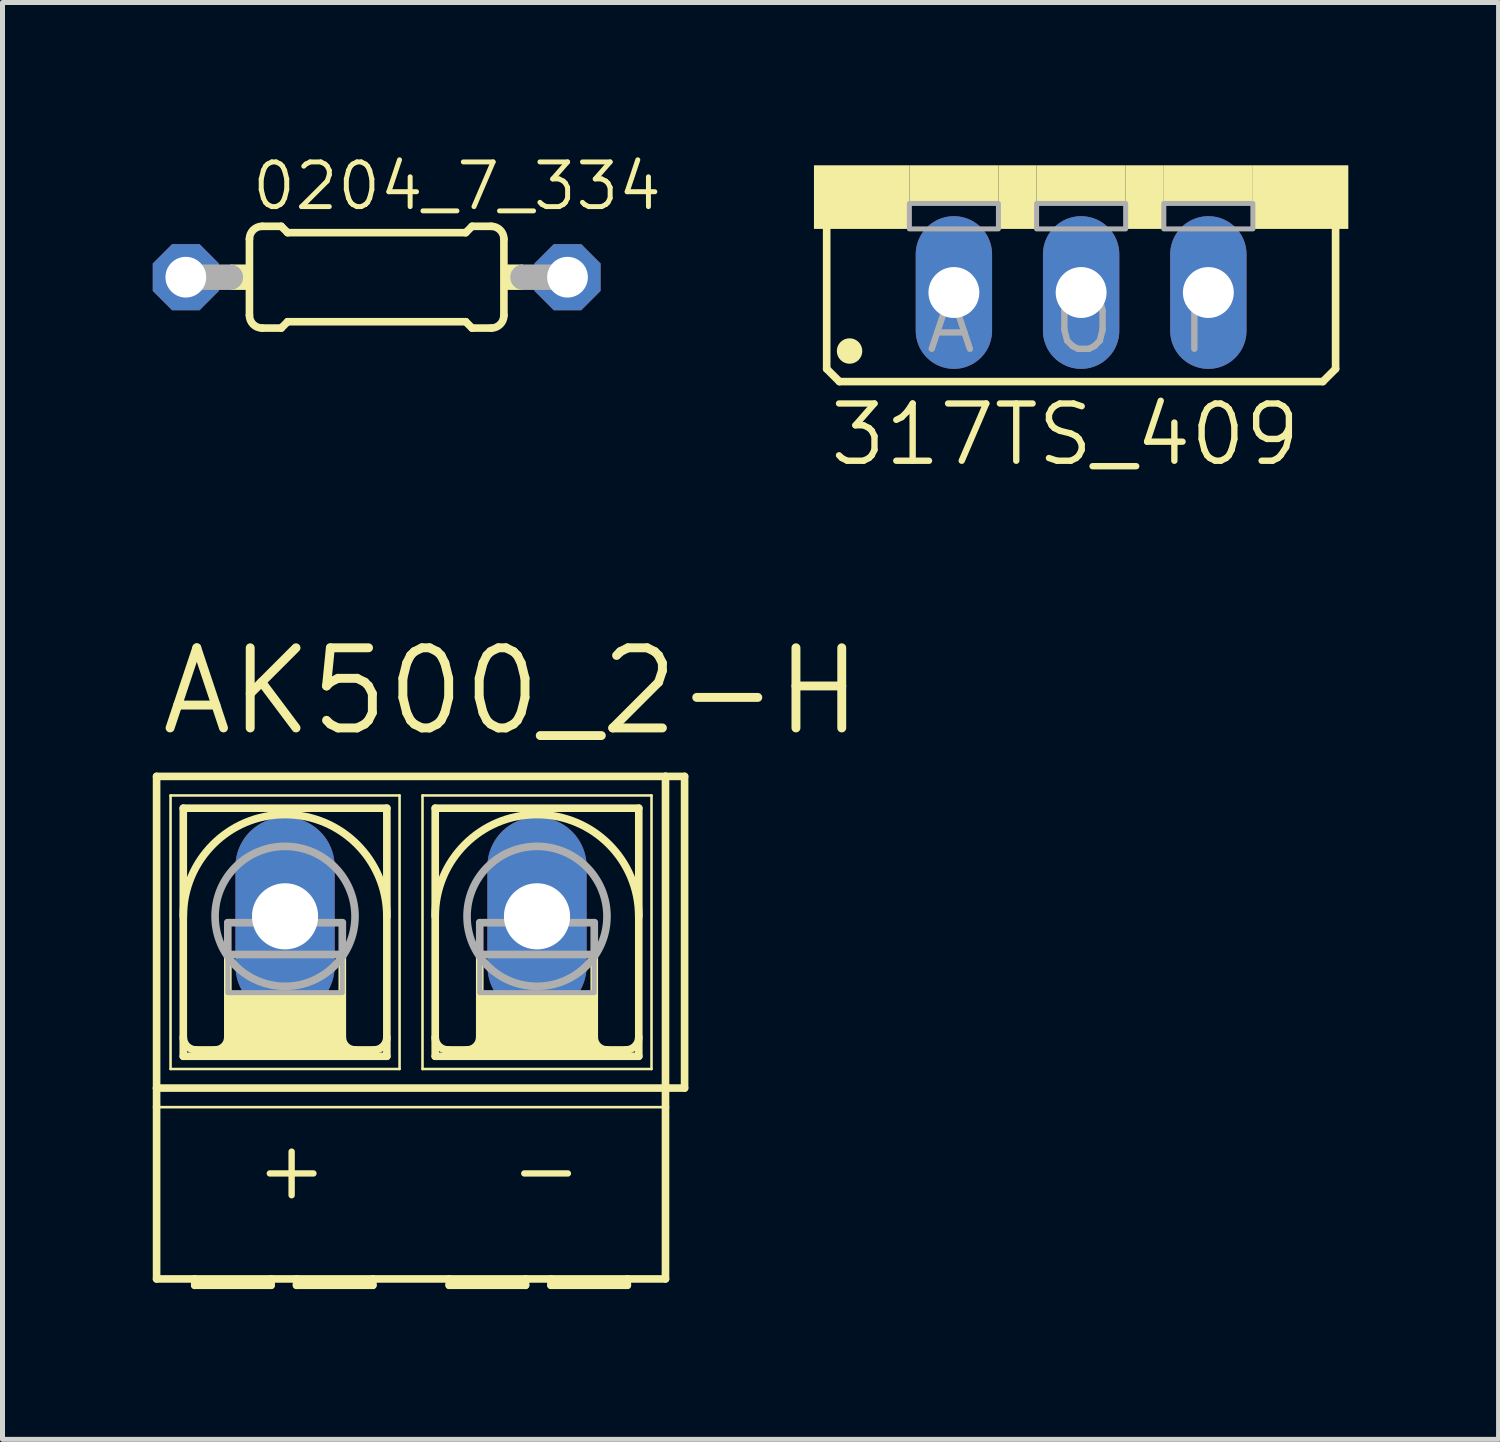
<source format=kicad_pcb>
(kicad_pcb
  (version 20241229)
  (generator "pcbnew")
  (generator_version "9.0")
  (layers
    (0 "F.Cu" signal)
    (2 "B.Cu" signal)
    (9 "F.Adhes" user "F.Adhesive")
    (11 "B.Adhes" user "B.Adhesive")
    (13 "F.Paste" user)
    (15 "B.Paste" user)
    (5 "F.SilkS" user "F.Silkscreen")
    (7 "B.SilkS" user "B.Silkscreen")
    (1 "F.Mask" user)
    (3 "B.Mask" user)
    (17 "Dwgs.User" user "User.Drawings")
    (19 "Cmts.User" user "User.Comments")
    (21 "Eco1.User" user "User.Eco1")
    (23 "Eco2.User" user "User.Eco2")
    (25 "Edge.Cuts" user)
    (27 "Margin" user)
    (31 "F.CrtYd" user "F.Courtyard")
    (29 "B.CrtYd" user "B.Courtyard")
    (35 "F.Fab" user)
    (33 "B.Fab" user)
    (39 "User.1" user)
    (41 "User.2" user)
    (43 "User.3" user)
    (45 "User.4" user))
  (footprint "0204_7_334"
    (layer "F.Cu")
    (at 4.47 2.484)
    (property "Reference" "0204_7_334" (at -2.54 -1.295 0) (unlocked yes) (layer "F.SilkS") (effects (font (size 0.892 0.892) (thickness 0.099)) (justify left bottom)))
    (fp_line (start -2.54 0.762) (end -2.54 -0.762) (stroke (width 0.152) (type solid)) (layer "F.SilkS"))
    (fp_line (start -2.286 -1.016) (end -1.905 -1.016) (stroke (width 0.152) (type solid)) (layer "F.SilkS"))
    (fp_line (start -2.286 1.016) (end -1.905 1.016) (stroke (width 0.152) (type solid)) (layer "F.SilkS"))
    (fp_line (start -1.778 -0.889) (end -1.905 -1.016) (stroke (width 0.152) (type solid)) (layer "F.SilkS"))
    (fp_line (start -1.778 0.889) (end -1.905 1.016) (stroke (width 0.152) (type solid)) (layer "F.SilkS"))
    (fp_line (start 1.778 -0.889) (end -1.778 -0.889) (stroke (width 0.152) (type solid)) (layer "F.SilkS"))
    (fp_line (start 1.778 -0.889) (end 1.905 -1.016) (stroke (width 0.152) (type solid)) (layer "F.SilkS"))
    (fp_line (start 1.778 0.889) (end -1.778 0.889) (stroke (width 0.152) (type solid)) (layer "F.SilkS"))
    (fp_line (start 1.778 0.889) (end 1.905 1.016) (stroke (width 0.152) (type solid)) (layer "F.SilkS"))
    (fp_line (start 2.286 -1.016) (end 1.905 -1.016) (stroke (width 0.152) (type solid)) (layer "F.SilkS"))
    (fp_line (start 2.286 1.016) (end 1.905 1.016) (stroke (width 0.152) (type solid)) (layer "F.SilkS"))
    (fp_line (start 2.54 0.762) (end 2.54 -0.762) (stroke (width 0.152) (type solid)) (layer "F.SilkS"))
    (fp_arc (start -2.54 -0.762) (mid -2.465605 -0.941605) (end -2.286 -1.016) (stroke (width 0.1524) (type solid)) (layer "F.SilkS"))
    (fp_arc (start -2.286 1.016) (mid -2.465605 0.941605) (end -2.54 0.762) (stroke (width 0.1524) (type solid)) (layer "F.SilkS"))
    (fp_arc (start 2.286 -1.016) (mid 2.465605 -0.941605) (end 2.54 -0.762) (stroke (width 0.1524) (type solid)) (layer "F.SilkS"))
    (fp_arc (start 2.54 0.762) (mid 2.465605 0.941605) (end 2.286 1.016) (stroke (width 0.1524) (type solid)) (layer "F.SilkS"))
    (fp_poly (pts (xy -2.921 0.254) (xy -2.54 0.254) (xy -2.54 -0.254) (xy -2.921 -0.254)) (stroke (width 0) (type default)) (fill yes) (layer "F.SilkS"))
    (fp_poly (pts (xy 2.54 0.254) (xy 2.921 0.254) (xy 2.921 -0.254) (xy 2.54 -0.254)) (stroke (width 0) (type default)) (fill yes) (layer "F.SilkS"))
    (fp_line (start -3.81 0) (end -2.921 0) (stroke (width 0.508) (type solid)) (layer "F.Fab"))
    (fp_line (start 3.81 0) (end 2.921 0) (stroke (width 0.508) (type solid)) (layer "F.Fab"))
    (pad "1" thru_hole roundrect (at -3.81 0) (size 1.321 1.321) (drill 0.813) (layers "*.Cu" "*.Mask") (roundrect_rratio 0.25) (chamfer_ratio 0.293) (chamfer top_left top_right bottom_left bottom_right))
    (pad "2" thru_hole roundrect (at 3.81 0) (size 1.321 1.321) (drill 0.813) (layers "*.Cu" "*.Mask") (roundrect_rratio 0.25) (chamfer_ratio 0.293) (chamfer top_left top_right bottom_left bottom_right)))
  (footprint "317TS_409"
    (layer "F.Cu")
    (at 18.534 0.25)
    (property "Reference" "317TS_409" (at -5.08 6.045 0) (unlocked yes) (layer "F.SilkS") (effects (font (size 1.143 1.143) (thickness 0.127)) (justify left bottom)))
    (fp_line (start -5.08 4.064) (end -5.08 1.143) (stroke (width 0.152) (type solid)) (layer "F.SilkS"))
    (fp_line (start -5.08 4.064) (end -4.826 4.318) (stroke (width 0.152) (type solid)) (layer "F.SilkS"))
    (fp_line (start 4.826 4.318) (end -4.826 4.318) (stroke (width 0.152) (type solid)) (layer "F.SilkS"))
    (fp_line (start 4.826 4.318) (end 5.08 4.064) (stroke (width 0.152) (type solid)) (layer "F.SilkS"))
    (fp_line (start 5.08 1.143) (end 5.08 4.064) (stroke (width 0.152) (type solid)) (layer "F.SilkS"))
    (fp_circle (center -4.623 3.708) (end -4.496 3.708) (stroke (width 0.254) (type solid)) (fill yes) (layer "F.SilkS"))
    (fp_poly (pts (xy -5.334 1.27) (xy -3.429 1.27) (xy -3.429 0) (xy -5.334 0)) (stroke (width 0) (type default)) (fill yes) (layer "F.SilkS"))
    (fp_poly (pts (xy -3.429 0.762) (xy -1.651 0.762) (xy -1.651 0) (xy -3.429 0)) (stroke (width 0) (type default)) (fill yes) (layer "F.SilkS"))
    (fp_poly (pts (xy -1.651 1.27) (xy -0.889 1.27) (xy -0.889 0) (xy -1.651 0)) (stroke (width 0) (type default)) (fill yes) (layer "F.SilkS"))
    (fp_poly (pts (xy -0.889 0.762) (xy 0.889 0.762) (xy 0.889 0) (xy -0.889 0)) (stroke (width 0) (type default)) (fill yes) (layer "F.SilkS"))
    (fp_poly (pts (xy 0.889 1.27) (xy 1.651 1.27) (xy 1.651 0) (xy 0.889 0)) (stroke (width 0) (type default)) (fill yes) (layer "F.SilkS"))
    (fp_poly (pts (xy 1.651 0.762) (xy 3.429 0.762) (xy 3.429 0) (xy 1.651 0)) (stroke (width 0) (type default)) (fill yes) (layer "F.SilkS"))
    (fp_poly (pts (xy 3.429 1.27) (xy 5.334 1.27) (xy 5.334 0) (xy 3.429 0)) (stroke (width 0) (type default)) (fill yes) (layer "F.SilkS"))
    (fp_poly (pts (xy -3.429 1.27) (xy -1.651 1.27) (xy -1.651 0.762) (xy -3.429 0.762)) (stroke (width 0.1) (type default)) (fill no) (layer "F.Fab"))
    (fp_poly (pts (xy -0.889 1.27) (xy 0.889 1.27) (xy 0.889 0.762) (xy -0.889 0.762)) (stroke (width 0.1) (type default)) (fill no) (layer "F.Fab"))
    (fp_poly (pts (xy 1.651 1.27) (xy 3.429 1.27) (xy 3.429 0.762) (xy 1.651 0.762)) (stroke (width 0.1) (type default)) (fill no) (layer "F.Fab"))
    (fp_text user "A" (at -3.175 3.81 0) (unlocked yes) (layer "F.Fab") (effects (font (size 1.143 1.143) (thickness 0.127)) (justify left bottom)))
    (fp_text user "O" (at -0.635 3.81 0) (unlocked yes) (layer "F.Fab") (effects (font (size 1.143 1.143) (thickness 0.127)) (justify left bottom)))
    (fp_text user "I" (at 1.905 3.81 0) (unlocked yes) (layer "F.Fab") (effects (font (size 1.143 1.143) (thickness 0.127)) (justify left bottom)))
    (pad "1" thru_hole oval (at -2.54 2.54 90) (size 3.048 1.524) (drill 1.016) (layers "*.Cu" "*.Mask"))
    (pad "2" thru_hole oval (at 0 2.54 90) (size 3.048 1.524) (drill 1.016) (layers "*.Cu" "*.Mask"))
    (pad "3" thru_hole oval (at 2.54 2.54 90) (size 3.048 1.524) (drill 1.016) (layers "*.Cu" "*.Mask")))
  (footprint "AK500_2-H"
    (layer "F.Cu")
    (at 5.156 15.244)
    (property "Reference" "AK500_2-H" (at -5.08 -3.556 0) (unlocked yes) (layer "F.SilkS") (effects (font (size 1.6 1.6) (thickness 0.178)) (justify left bottom)))
    (fp_line (start -5.08 3.429) (end -5.08 -2.794) (stroke (width 0.152) (type solid)) (layer "F.SilkS"))
    (fp_line (start -5.08 3.429) (end 5.08 3.429) (stroke (width 0.152) (type solid)) (layer "F.SilkS"))
    (fp_line (start -5.08 3.81) (end -5.08 3.429) (stroke (width 0.152) (type solid)) (layer "F.SilkS"))
    (fp_line (start -5.08 7.239) (end -5.08 3.81) (stroke (width 0.152) (type solid)) (layer "F.SilkS"))
    (fp_line (start -5.08 7.239) (end -4.318 7.239) (stroke (width 0.152) (type solid)) (layer "F.SilkS"))
    (fp_line (start -4.801 -2.413) (end -4.801 3.048) (stroke (width 0.051) (type solid)) (layer "F.SilkS"))
    (fp_line (start -4.801 -2.413) (end -0.229 -2.413) (stroke (width 0.051) (type solid)) (layer "F.SilkS"))
    (fp_line (start -4.547 2.794) (end -4.547 -2.159) (stroke (width 0.152) (type solid)) (layer "F.SilkS"))
    (fp_line (start -4.547 2.794) (end -0.483 2.794) (stroke (width 0.152) (type solid)) (layer "F.SilkS"))
    (fp_line (start -4.318 7.239) (end -2.794 7.239) (stroke (width 0.152) (type solid)) (layer "F.SilkS"))
    (fp_line (start -4.318 7.366) (end -4.318 7.239) (stroke (width 0.152) (type solid)) (layer "F.SilkS"))
    (fp_line (start -4.318 7.366) (end -2.794 7.366) (stroke (width 0.152) (type solid)) (layer "F.SilkS"))
    (fp_line (start -3.658 0.762) (end -3.658 2.413) (stroke (width 0.152) (type solid)) (layer "F.SilkS"))
    (fp_line (start -2.794 7.239) (end -2.794 7.366) (stroke (width 0.152) (type solid)) (layer "F.SilkS"))
    (fp_line (start -2.794 7.239) (end -2.286 7.239) (stroke (width 0.152) (type solid)) (layer "F.SilkS"))
    (fp_line (start -2.286 7.239) (end -0.762 7.239) (stroke (width 0.152) (type solid)) (layer "F.SilkS"))
    (fp_line (start -2.286 7.366) (end -2.286 7.239) (stroke (width 0.152) (type solid)) (layer "F.SilkS"))
    (fp_line (start -2.286 7.366) (end -0.762 7.366) (stroke (width 0.152) (type solid)) (layer "F.SilkS"))
    (fp_line (start -1.372 0.762) (end -1.372 2.413) (stroke (width 0.152) (type solid)) (layer "F.SilkS"))
    (fp_line (start -0.762 7.239) (end 0.762 7.239) (stroke (width 0.152) (type solid)) (layer "F.SilkS"))
    (fp_line (start -0.762 7.366) (end -0.762 7.239) (stroke (width 0.152) (type solid)) (layer "F.SilkS"))
    (fp_line (start -0.737 2.667) (end -4.293 2.667) (stroke (width 0.152) (type solid)) (layer "F.SilkS"))
    (fp_line (start -0.483 -2.159) (end -4.547 -2.159) (stroke (width 0.152) (type solid)) (layer "F.SilkS"))
    (fp_line (start -0.483 -2.159) (end -0.483 2.794) (stroke (width 0.152) (type solid)) (layer "F.SilkS"))
    (fp_line (start -0.229 -2.413) (end -0.229 3.048) (stroke (width 0.051) (type solid)) (layer "F.SilkS"))
    (fp_line (start -0.229 3.048) (end -4.801 3.048) (stroke (width 0.051) (type solid)) (layer "F.SilkS"))
    (fp_line (start 0.229 -2.413) (end 0.229 3.048) (stroke (width 0.051) (type solid)) (layer "F.SilkS"))
    (fp_line (start 0.229 -2.413) (end 4.801 -2.413) (stroke (width 0.051) (type solid)) (layer "F.SilkS"))
    (fp_line (start 0.483 -2.159) (end 0.483 2.794) (stroke (width 0.152) (type solid)) (layer "F.SilkS"))
    (fp_line (start 0.483 2.794) (end 4.547 2.794) (stroke (width 0.152) (type solid)) (layer "F.SilkS"))
    (fp_line (start 0.762 7.239) (end 2.286 7.239) (stroke (width 0.152) (type solid)) (layer "F.SilkS"))
    (fp_line (start 0.762 7.366) (end 0.762 7.239) (stroke (width 0.152) (type solid)) (layer "F.SilkS"))
    (fp_line (start 0.762 7.366) (end 2.286 7.366) (stroke (width 0.152) (type solid)) (layer "F.SilkS"))
    (fp_line (start 1.372 0.762) (end 1.372 2.413) (stroke (width 0.152) (type solid)) (layer "F.SilkS"))
    (fp_line (start 2.286 7.239) (end 2.286 7.366) (stroke (width 0.152) (type solid)) (layer "F.SilkS"))
    (fp_line (start 2.286 7.239) (end 2.794 7.239) (stroke (width 0.152) (type solid)) (layer "F.SilkS"))
    (fp_line (start 2.794 7.239) (end 4.318 7.239) (stroke (width 0.152) (type solid)) (layer "F.SilkS"))
    (fp_line (start 2.794 7.366) (end 2.794 7.239) (stroke (width 0.152) (type solid)) (layer "F.SilkS"))
    (fp_line (start 2.794 7.366) (end 4.318 7.366) (stroke (width 0.152) (type solid)) (layer "F.SilkS"))
    (fp_line (start 3.658 0.762) (end 3.658 2.413) (stroke (width 0.152) (type solid)) (layer "F.SilkS"))
    (fp_line (start 4.293 2.667) (end 0.737 2.667) (stroke (width 0.152) (type solid)) (layer "F.SilkS"))
    (fp_line (start 4.318 7.239) (end 5.08 7.239) (stroke (width 0.152) (type solid)) (layer "F.SilkS"))
    (fp_line (start 4.318 7.366) (end 4.318 7.239) (stroke (width 0.152) (type solid)) (layer "F.SilkS"))
    (fp_line (start 4.547 -2.159) (end 0.483 -2.159) (stroke (width 0.152) (type solid)) (layer "F.SilkS"))
    (fp_line (start 4.547 2.794) (end 4.547 -2.159) (stroke (width 0.152) (type solid)) (layer "F.SilkS"))
    (fp_line (start 4.801 3.048) (end 0.229 3.048) (stroke (width 0.051) (type solid)) (layer "F.SilkS"))
    (fp_line (start 4.801 3.048) (end 4.801 -2.413) (stroke (width 0.051) (type solid)) (layer "F.SilkS"))
    (fp_line (start 5.08 -2.794) (end -5.08 -2.794) (stroke (width 0.152) (type solid)) (layer "F.SilkS"))
    (fp_line (start 5.08 -2.794) (end 5.08 3.429) (stroke (width 0.152) (type solid)) (layer "F.SilkS"))
    (fp_line (start 5.08 3.429) (end 5.08 3.81) (stroke (width 0.152) (type solid)) (layer "F.SilkS"))
    (fp_line (start 5.08 3.81) (end -5.08 3.81) (stroke (width 0.051) (type solid)) (layer "F.SilkS"))
    (fp_line (start 5.08 3.81) (end 5.08 7.239) (stroke (width 0.152) (type solid)) (layer "F.SilkS"))
    (fp_line (start 5.461 -2.794) (end 5.08 -2.794) (stroke (width 0.152) (type solid)) (layer "F.SilkS"))
    (fp_line (start 5.461 -2.794) (end 5.461 3.429) (stroke (width 0.152) (type solid)) (layer "F.SilkS"))
    (fp_line (start 5.461 3.429) (end 5.08 3.429) (stroke (width 0.152) (type solid)) (layer "F.SilkS"))
    (fp_arc (start -4.5466 0) (mid -2.5146 -2.032) (end -0.4826 0) (stroke (width 0.1524) (type solid)) (layer "F.SilkS"))
    (fp_arc (start -4.2926 2.667) (mid -4.472205 2.592605) (end -4.5466 2.413) (stroke (width 0.1524) (type solid)) (layer "F.SilkS"))
    (fp_arc (start -3.6576 2.413) (mid -3.731995 2.592605) (end -3.9116 2.667) (stroke (width 0.1524) (type solid)) (layer "F.SilkS"))
    (fp_arc (start -1.1176 2.667) (mid -1.297205 2.592605) (end -1.3716 2.413) (stroke (width 0.1524) (type solid)) (layer "F.SilkS"))
    (fp_arc (start -0.4826 2.413) (mid -0.556995 2.592605) (end -0.7366 2.667) (stroke (width 0.1524) (type solid)) (layer "F.SilkS"))
    (fp_arc (start 0.4826 0) (mid 2.5146 -2.032) (end 4.5466 0) (stroke (width 0.1524) (type solid)) (layer "F.SilkS"))
    (fp_arc (start 0.7366 2.667) (mid 0.556995 2.592605) (end 0.4826 2.413) (stroke (width 0.1524) (type solid)) (layer "F.SilkS"))
    (fp_arc (start 1.3716 2.413) (mid 1.297205 2.592605) (end 1.1176 2.667) (stroke (width 0.1524) (type solid)) (layer "F.SilkS"))
    (fp_arc (start 3.9116 2.667) (mid 3.731995 2.592605) (end 3.6576 2.413) (stroke (width 0.1524) (type solid)) (layer "F.SilkS"))
    (fp_arc (start 4.5466 2.413) (mid 4.472205 2.592605) (end 4.2926 2.667) (stroke (width 0.1524) (type solid)) (layer "F.SilkS"))
    (fp_poly (pts (xy -3.658 2.667) (xy -1.372 2.667) (xy -1.372 1.524) (xy -3.658 1.524)) (stroke (width 0) (type default)) (fill yes) (layer "F.SilkS"))
    (fp_poly (pts (xy 1.372 2.667) (xy 3.658 2.667) (xy 3.658 1.524) (xy 1.372 1.524)) (stroke (width 0) (type default)) (fill yes) (layer "F.SilkS"))
    (fp_line (start -3.658 0.127) (end -3.658 0.762) (stroke (width 0.152) (type solid)) (layer "F.Fab"))
    (fp_line (start -3.658 0.127) (end -1.372 0.127) (stroke (width 0.152) (type solid)) (layer "F.Fab"))
    (fp_line (start -3.658 0.762) (end -1.372 0.762) (stroke (width 0.152) (type solid)) (layer "F.Fab"))
    (fp_line (start -1.372 0.127) (end -1.372 0.762) (stroke (width 0.152) (type solid)) (layer "F.Fab"))
    (fp_line (start 1.372 0.127) (end 1.372 0.762) (stroke (width 0.152) (type solid)) (layer "F.Fab"))
    (fp_line (start 1.372 0.127) (end 3.658 0.127) (stroke (width 0.152) (type solid)) (layer "F.Fab"))
    (fp_line (start 1.372 0.762) (end 3.658 0.762) (stroke (width 0.152) (type solid)) (layer "F.Fab"))
    (fp_line (start 3.658 0.127) (end 3.658 0.762) (stroke (width 0.152) (type solid)) (layer "F.Fab"))
    (fp_circle (center -2.515 0) (end -1.118 0) (stroke (width 0.152) (type solid)) (fill no) (layer "F.Fab"))
    (fp_circle (center 2.515 0) (end 3.912 0) (stroke (width 0.152) (type solid)) (fill no) (layer "F.Fab"))
    (fp_poly (pts (xy -3.658 1.524) (xy -1.372 1.524) (xy -1.372 0.762) (xy -3.658 0.762)) (stroke (width 0.1) (type default)) (fill no) (layer "F.Fab"))
    (fp_poly (pts (xy 1.372 1.524) (xy 3.658 1.524) (xy 3.658 0.762) (xy 1.372 0.762)) (stroke (width 0.1) (type default)) (fill no) (layer "F.Fab"))
    (fp_text user "+" (at -3.175 5.715 0) (unlocked yes) (layer "F.SilkS") (effects (font (size 1.143 1.143) (thickness 0.127)) (justify left bottom)))
    (fp_text user "-" (at 1.905 5.715 0) (unlocked yes) (layer "F.SilkS") (effects (font (size 1.143 1.143) (thickness 0.127)) (justify left bottom)))
    (pad "1" thru_hole oval (at -2.515 0 90) (size 3.962 1.981) (drill 1.321) (layers "*.Cu" "*.Mask"))
    (pad "2" thru_hole oval (at 2.515 0 90) (size 3.962 1.981) (drill 1.321) (layers "*.Cu" "*.Mask")))
  (gr_rect
    (start -3 -3)
    (end 26.868 25.686)
    (stroke (width 0.1) (type default))
    (fill no)
    (layer "Edge.Cuts")))
</source>
